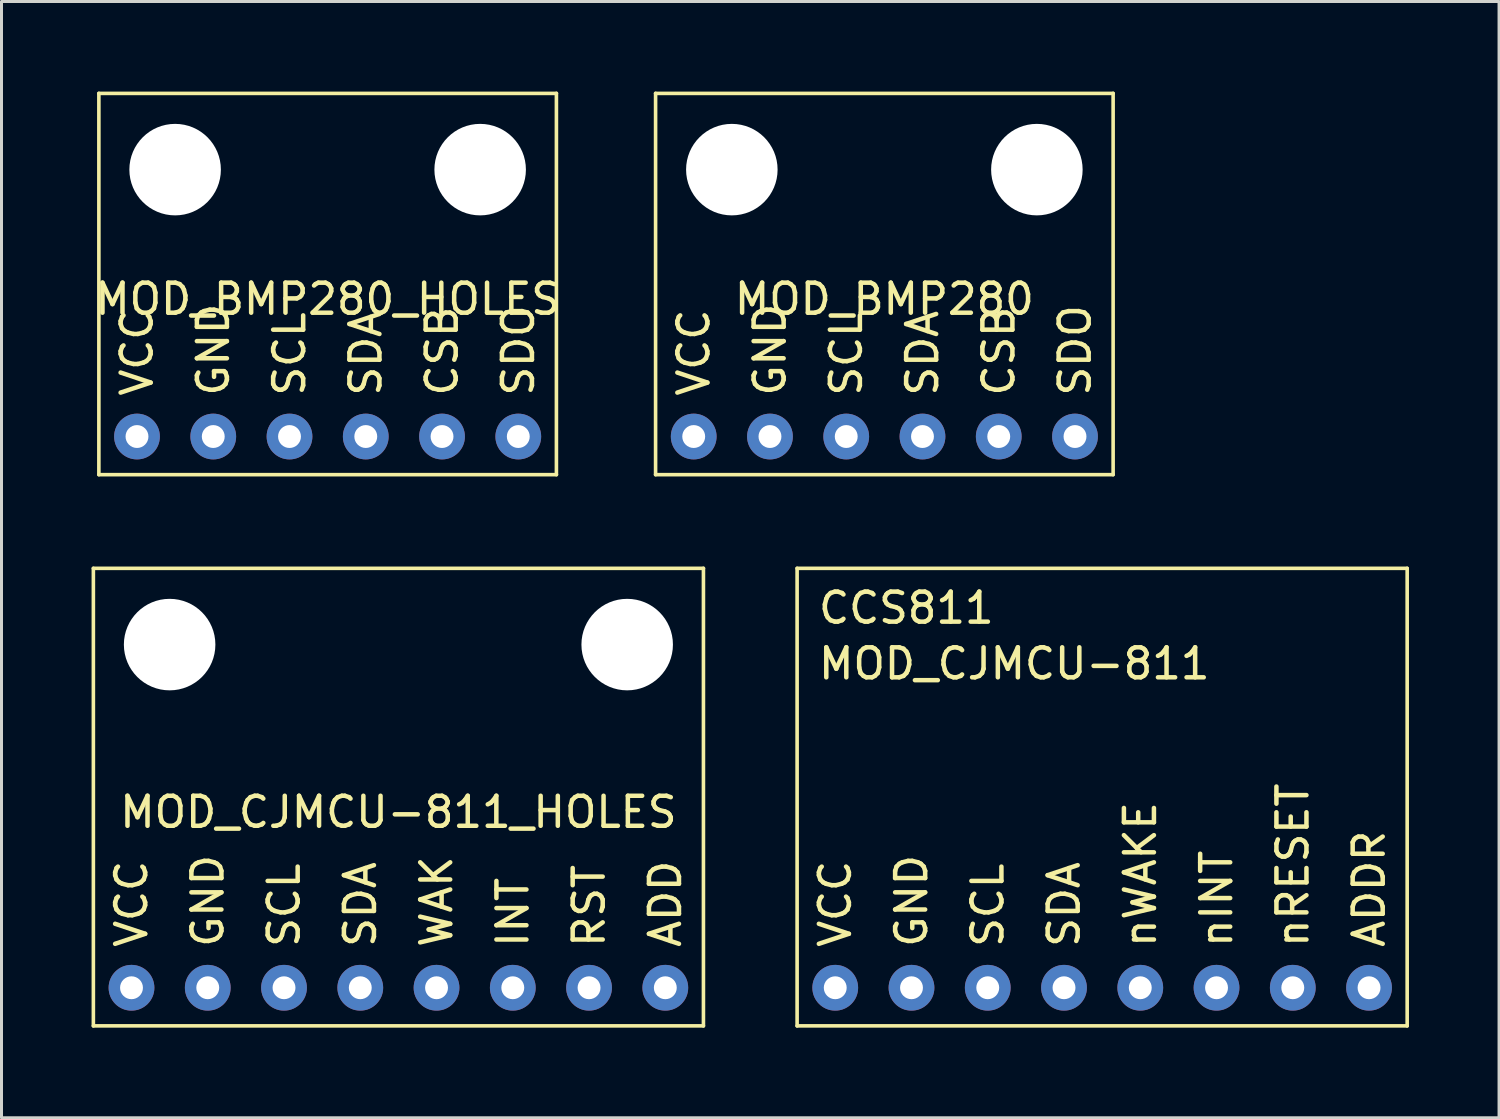
<source format=kicad_pcb>
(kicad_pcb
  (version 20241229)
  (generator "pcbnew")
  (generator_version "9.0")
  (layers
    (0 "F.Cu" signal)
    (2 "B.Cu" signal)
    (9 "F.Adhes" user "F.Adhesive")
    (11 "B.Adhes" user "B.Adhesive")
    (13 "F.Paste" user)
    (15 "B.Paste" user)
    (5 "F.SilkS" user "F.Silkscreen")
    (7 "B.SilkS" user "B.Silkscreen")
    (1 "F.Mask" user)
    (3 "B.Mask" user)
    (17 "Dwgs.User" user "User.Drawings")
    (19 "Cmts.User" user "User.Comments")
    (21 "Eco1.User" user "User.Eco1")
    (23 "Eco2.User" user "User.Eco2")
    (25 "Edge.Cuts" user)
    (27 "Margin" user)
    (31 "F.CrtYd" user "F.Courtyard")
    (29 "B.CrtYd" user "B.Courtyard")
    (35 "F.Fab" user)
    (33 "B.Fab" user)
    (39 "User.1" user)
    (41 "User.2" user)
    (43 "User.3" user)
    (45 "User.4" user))
  (footprint "MOD_CJMCU-811_HOLES"
    (layer "F.Cu")
    (at 10.22 23.5)
    (property "Reference" "MOD_CJMCU-811_HOLES" (at 0 0.5 0) (layer "F.SilkS") (effects (font (size 1 1) (thickness 0.15))))
    (attr through_hole)
    (fp_line (start -10.16 -7.62) (end 10.16 -7.62) (stroke (width 0.12) (type solid)) (layer "F.SilkS"))
    (fp_line (start -10.16 7.62) (end -10.16 -7.62) (stroke (width 0.12) (type solid)) (layer "F.SilkS"))
    (fp_line (start 10.16 -7.62) (end 10.16 7.62) (stroke (width 0.12) (type solid)) (layer "F.SilkS"))
    (fp_line (start 10.16 7.62) (end -10.16 7.62) (stroke (width 0.12) (type solid)) (layer "F.SilkS"))
    (fp_text user "ADD" (at 8.89 5.08 90) (layer "F.SilkS") (effects (font (size 1 1) (thickness 0.15)) (justify left)))
    (fp_text user "GND" (at -6.35 5.08 90) (layer "F.SilkS") (effects (font (size 1 1) (thickness 0.15)) (justify left)))
    (fp_text user "WAK" (at 1.27 5.08 90) (layer "F.SilkS") (effects (font (size 1 1) (thickness 0.15)) (justify left)))
    (fp_text user "VCC" (at -8.89 5.08 90) (layer "F.SilkS") (effects (font (size 1 1) (thickness 0.15)) (justify left)))
    (fp_text user "INT" (at 3.81 5.08 90) (layer "F.SilkS") (effects (font (size 1 1) (thickness 0.15)) (justify left)))
    (fp_text user "RST" (at 6.35 5.08 90) (layer "F.SilkS") (effects (font (size 1 1) (thickness 0.15)) (justify left)))
    (fp_text user "SCL" (at -3.81 5.08 90) (layer "F.SilkS") (effects (font (size 1 1) (thickness 0.15)) (justify left)))
    (fp_text user "SDA" (at -1.27 5.08 90) (layer "F.SilkS") (effects (font (size 1 1) (thickness 0.15)) (justify left)))
    (pad "" np_thru_hole circle (at -7.62 -5.08) (size 3.048 3.048) (drill 3.048) (layers "*.Cu" "*.Mask"))
    (pad "" np_thru_hole circle (at 7.62 -5.08) (size 3.048 3.048) (drill 3.048) (layers "*.Cu" "*.Mask"))
    (pad "1" thru_hole circle (at -8.89 6.35) (size 1.524 1.524) (drill 0.762) (layers "*.Cu" "*.Mask"))
    (pad "2" thru_hole circle (at -6.35 6.35) (size 1.524 1.524) (drill 0.762) (layers "*.Cu" "*.Mask"))
    (pad "3" thru_hole circle (at -3.81 6.35) (size 1.524 1.524) (drill 0.762) (layers "*.Cu" "*.Mask"))
    (pad "4" thru_hole circle (at -1.27 6.35) (size 1.524 1.524) (drill 0.762) (layers "*.Cu" "*.Mask"))
    (pad "5" thru_hole circle (at 1.27 6.35) (size 1.524 1.524) (drill 0.762) (layers "*.Cu" "*.Mask"))
    (pad "6" thru_hole circle (at 3.81 6.35) (size 1.524 1.524) (drill 0.762) (layers "*.Cu" "*.Mask"))
    (pad "7" thru_hole circle (at 6.35 6.35) (size 1.524 1.524) (drill 0.762) (layers "*.Cu" "*.Mask"))
    (pad "8" thru_hole circle (at 8.89 6.35) (size 1.524 1.524) (drill 0.762) (layers "*.Cu" "*.Mask")))
  (footprint "MOD_CJMCU-811"
    (layer "F.Cu")
    (at 33.66 23.5)
    (property "Reference" "MOD_CJMCU-811" (at -9.525 -4.445 0) (layer "F.SilkS") (effects (font (size 1 1) (thickness 0.15)) (justify left)))
    (attr through_hole)
    (fp_line (start -10.16 -7.62) (end 10.16 -7.62) (stroke (width 0.12) (type solid)) (layer "F.SilkS"))
    (fp_line (start -10.16 7.62) (end -10.16 -7.62) (stroke (width 0.12) (type solid)) (layer "F.SilkS"))
    (fp_line (start 10.16 -7.62) (end 10.16 7.62) (stroke (width 0.12) (type solid)) (layer "F.SilkS"))
    (fp_line (start 10.16 7.62) (end -10.16 7.62) (stroke (width 0.12) (type solid)) (layer "F.SilkS"))
    (fp_text user "nWAKE" (at 1.27 5.08 90) (layer "F.SilkS") (effects (font (size 1 1) (thickness 0.15)) (justify left)))
    (fp_text user "SDA" (at -1.27 5.08 90) (layer "F.SilkS") (effects (font (size 1 1) (thickness 0.15)) (justify left)))
    (fp_text user "SCL" (at -3.81 5.08 90) (layer "F.SilkS") (effects (font (size 1 1) (thickness 0.15)) (justify left)))
    (fp_text user "nINT" (at 3.81 5.08 90) (layer "F.SilkS") (effects (font (size 1 1) (thickness 0.15)) (justify left)))
    (fp_text user "CCS811" (at -9.525 -5.715 0) (unlocked yes) (layer "F.SilkS") (effects (font (size 1 1) (thickness 0.15)) (justify left bottom)))
    (fp_text user "nRESET" (at 6.35 5.08 90) (layer "F.SilkS") (effects (font (size 1 1) (thickness 0.15)) (justify left)))
    (fp_text user "ADDR" (at 8.89 5.08 90) (layer "F.SilkS") (effects (font (size 1 1) (thickness 0.15)) (justify left)))
    (fp_text user "GND" (at -6.35 5.08 90) (layer "F.SilkS") (effects (font (size 1 1) (thickness 0.15)) (justify left)))
    (fp_text user "VCC" (at -8.89 5.08 90) (layer "F.SilkS") (effects (font (size 1 1) (thickness 0.15)) (justify left)))
    (pad "1" thru_hole circle (at -8.89 6.35) (size 1.524 1.524) (drill 0.762) (layers "*.Cu" "*.Mask"))
    (pad "2" thru_hole circle (at -6.35 6.35) (size 1.524 1.524) (drill 0.762) (layers "*.Cu" "*.Mask"))
    (pad "3" thru_hole circle (at -3.81 6.35) (size 1.524 1.524) (drill 0.762) (layers "*.Cu" "*.Mask"))
    (pad "4" thru_hole circle (at -1.27 6.35) (size 1.524 1.524) (drill 0.762) (layers "*.Cu" "*.Mask"))
    (pad "5" thru_hole circle (at 1.27 6.35) (size 1.524 1.524) (drill 0.762) (layers "*.Cu" "*.Mask"))
    (pad "6" thru_hole circle (at 3.81 6.35) (size 1.524 1.524) (drill 0.762) (layers "*.Cu" "*.Mask"))
    (pad "7" thru_hole circle (at 6.35 6.35) (size 1.524 1.524) (drill 0.762) (layers "*.Cu" "*.Mask"))
    (pad "8" thru_hole circle (at 8.89 6.35) (size 1.524 1.524) (drill 0.762) (layers "*.Cu" "*.Mask")))
  (footprint "MOD_BMP280_HOLES"
    (layer "F.Cu")
    (at 7.863 6.41)
    (property "Reference" "MOD_BMP280_HOLES" (at 0 0.5 0) (layer "F.SilkS") (effects (font (size 1 1) (thickness 0.15))))
    (attr through_hole)
    (fp_line (start -7.62 -6.35) (end -7.62 6.35) (stroke (width 0.12) (type solid)) (layer "F.SilkS"))
    (fp_line (start -7.62 6.35) (end 7.62 6.35) (stroke (width 0.12) (type solid)) (layer "F.SilkS"))
    (fp_line (start 7.62 -6.35) (end -7.62 -6.35) (stroke (width 0.12) (type solid)) (layer "F.SilkS"))
    (fp_line (start 7.62 6.35) (end 7.62 -6.35) (stroke (width 0.12) (type solid)) (layer "F.SilkS"))
    (fp_text user "VCC" (at -6.35 3.81 90) (layer "F.SilkS") (effects (font (size 1 1) (thickness 0.15)) (justify left)))
    (fp_text user "CSB" (at 3.81 3.81 90) (layer "F.SilkS") (effects (font (size 1 1) (thickness 0.15)) (justify left)))
    (fp_text user "SDA" (at 1.27 3.81 90) (layer "F.SilkS") (effects (font (size 1 1) (thickness 0.15)) (justify left)))
    (fp_text user "GND" (at -3.81 3.81 90) (layer "F.SilkS") (effects (font (size 1 1) (thickness 0.15)) (justify left)))
    (fp_text user "SDO" (at 6.35 3.81 270) (layer "F.SilkS") (effects (font (size 1 1) (thickness 0.15)) (justify left)))
    (fp_text user "SCL" (at -1.27 3.81 90) (layer "F.SilkS") (effects (font (size 1 1) (thickness 0.15)) (justify left)))
    (pad "" np_thru_hole circle (at -5.08 -3.81) (size 3.048 3.048) (drill 3.048) (layers "*.Cu" "*.Mask"))
    (pad "" np_thru_hole circle (at 5.08 -3.81) (size 3.048 3.048) (drill 3.048) (layers "*.Cu" "*.Mask"))
    (pad "1" thru_hole circle (at -6.35 5.08) (size 1.524 1.524) (drill 0.762) (layers "*.Cu" "*.Mask"))
    (pad "2" thru_hole circle (at -3.81 5.08) (size 1.524 1.524) (drill 0.762) (layers "*.Cu" "*.Mask"))
    (pad "3" thru_hole circle (at -1.27 5.08) (size 1.524 1.524) (drill 0.762) (layers "*.Cu" "*.Mask"))
    (pad "4" thru_hole circle (at 1.27 5.08) (size 1.524 1.524) (drill 0.762) (layers "*.Cu" "*.Mask"))
    (pad "5" thru_hole circle (at 3.81 5.08) (size 1.524 1.524) (drill 0.762) (layers "*.Cu" "*.Mask"))
    (pad "6" thru_hole circle (at 6.35 5.08) (size 1.524 1.524) (drill 0.762) (layers "*.Cu" "*.Mask")))
  (footprint "MOD_BMP280"
    (layer "F.Cu")
    (at 26.406 6.41)
    (property "Reference" "MOD_BMP280" (at 0 0.5 0) (layer "F.SilkS") (effects (font (size 1 1) (thickness 0.15))))
    (attr through_hole)
    (fp_line (start -7.62 -6.35) (end -7.62 6.35) (stroke (width 0.12) (type solid)) (layer "F.SilkS"))
    (fp_line (start -7.62 6.35) (end 7.62 6.35) (stroke (width 0.12) (type solid)) (layer "F.SilkS"))
    (fp_line (start 7.62 -6.35) (end -7.62 -6.35) (stroke (width 0.12) (type solid)) (layer "F.SilkS"))
    (fp_line (start 7.62 6.35) (end 7.62 -6.35) (stroke (width 0.12) (type solid)) (layer "F.SilkS"))
    (fp_text user "SDO" (at 6.35 3.81 270) (layer "F.SilkS") (effects (font (size 1 1) (thickness 0.15)) (justify left)))
    (fp_text user "VCC" (at -6.35 3.81 90) (layer "F.SilkS") (effects (font (size 1 1) (thickness 0.15)) (justify left)))
    (fp_text user "CSB" (at 3.81 3.81 90) (layer "F.SilkS") (effects (font (size 1 1) (thickness 0.15)) (justify left)))
    (fp_text user "SDA" (at 1.27 3.81 90) (layer "F.SilkS") (effects (font (size 1 1) (thickness 0.15)) (justify left)))
    (fp_text user "GND" (at -3.81 3.81 90) (layer "F.SilkS") (effects (font (size 1 1) (thickness 0.15)) (justify left)))
    (fp_text user "SCL" (at -1.27 3.81 90) (layer "F.SilkS") (effects (font (size 1 1) (thickness 0.15)) (justify left)))
    (pad "" np_thru_hole circle (at -5.08 -3.81) (size 3.048 3.048) (drill 3.048) (layers "*.Cu" "*.Mask"))
    (pad "" np_thru_hole circle (at 5.08 -3.81) (size 3.048 3.048) (drill 3.048) (layers "*.Cu" "*.Mask"))
    (pad "1" thru_hole circle (at -6.35 5.08) (size 1.524 1.524) (drill 0.762) (layers "*.Cu" "*.Mask"))
    (pad "2" thru_hole circle (at -3.81 5.08) (size 1.524 1.524) (drill 0.762) (layers "*.Cu" "*.Mask"))
    (pad "3" thru_hole circle (at -1.27 5.08) (size 1.524 1.524) (drill 0.762) (layers "*.Cu" "*.Mask"))
    (pad "4" thru_hole circle (at 1.27 5.08) (size 1.524 1.524) (drill 0.762) (layers "*.Cu" "*.Mask"))
    (pad "5" thru_hole circle (at 3.81 5.08) (size 1.524 1.524) (drill 0.762) (layers "*.Cu" "*.Mask"))
    (pad "6" thru_hole circle (at 6.35 5.08) (size 1.524 1.524) (drill 0.762) (layers "*.Cu" "*.Mask")))
  (gr_rect
    (start -3 -3)
    (end 46.88 34.18)
    (stroke (width 0.1) (type default))
    (fill no)
    (layer "Edge.Cuts")))
</source>
